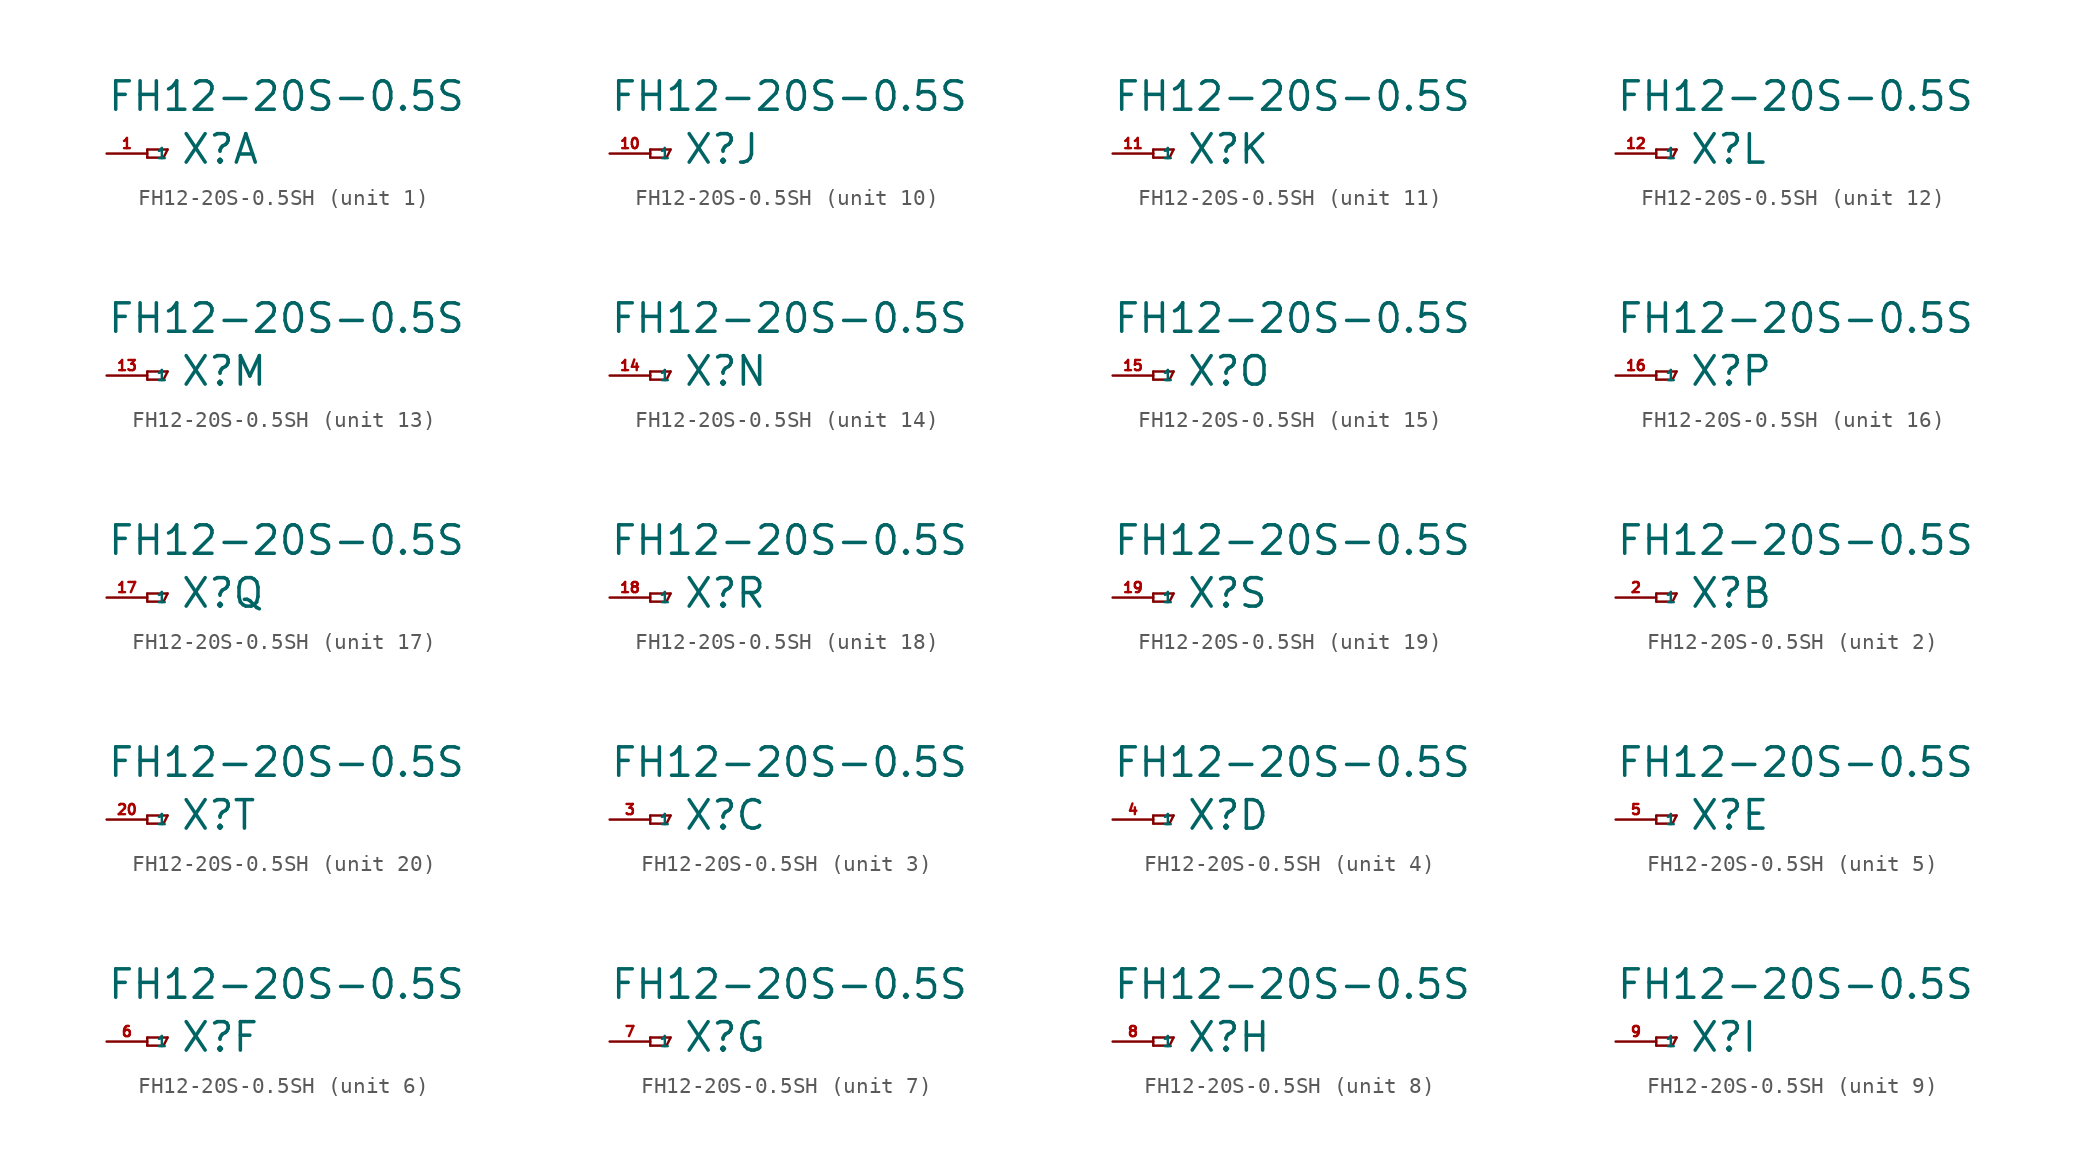
<source format=kicad_sym>
(kicad_symbol_lib
  (version 20220914)
  (generator Eagle2Kicad)
  (symbol "FH12-20S-0.5SH"
    (property "Reference" "X"
      (at 2.032 -0.762 0)
      (effects (font (size 1.778 1.778) (thickness 0.22)) (justify left bottom)))
    (property "Value" "FH12-20S-0.5S"
      (at -2.54 2.54 0)
      (effects (font (size 1.778 1.778) (thickness 0.22)) (justify left bottom)))
    (symbol "FH12-20S-0.5SH_1_0"
      (polyline (pts (xy 0 0.254) (xy 0 -0.254)) (stroke (width 0.152) (type default)) (fill (type none)))
      (polyline (pts (xy 0 -0.254) (xy 1.016 -0.254)) (stroke (width 0.152) (type default)) (fill (type none)))
      (polyline (pts (xy 1.016 -0.254) (xy 1.27 0.254)) (stroke (width 0.152) (type default)) (fill (type none)))
      (polyline (pts (xy 1.27 0.254) (xy 0 0.254)) (stroke (width 0.152) (type default)) (fill (type none)))
      (pin passive line (at -2.54 0 0) (length 2.54) (name "1" (effects (font (size 0.635 0.635) (thickness 0.08)) (justify left bottom))) (number "1" (effects (font (size 0.635 0.635) (thickness 0.08)) (justify left bottom)))))
    (symbol "FH12-20S-0.5SH_2_0"
      (polyline (pts (xy 0 0.254) (xy 0 -0.254)) (stroke (width 0.152) (type default)) (fill (type none)))
      (polyline (pts (xy 0 -0.254) (xy 1.016 -0.254)) (stroke (width 0.152) (type default)) (fill (type none)))
      (polyline (pts (xy 1.016 -0.254) (xy 1.27 0.254)) (stroke (width 0.152) (type default)) (fill (type none)))
      (polyline (pts (xy 1.27 0.254) (xy 0 0.254)) (stroke (width 0.152) (type default)) (fill (type none)))
      (pin passive line (at -2.54 0 0) (length 2.54) (name "1" (effects (font (size 0.635 0.635) (thickness 0.08)) (justify left bottom))) (number "2" (effects (font (size 0.635 0.635) (thickness 0.08)) (justify left bottom)))))
    (symbol "FH12-20S-0.5SH_3_0"
      (polyline (pts (xy 0 0.254) (xy 0 -0.254)) (stroke (width 0.152) (type default)) (fill (type none)))
      (polyline (pts (xy 0 -0.254) (xy 1.016 -0.254)) (stroke (width 0.152) (type default)) (fill (type none)))
      (polyline (pts (xy 1.016 -0.254) (xy 1.27 0.254)) (stroke (width 0.152) (type default)) (fill (type none)))
      (polyline (pts (xy 1.27 0.254) (xy 0 0.254)) (stroke (width 0.152) (type default)) (fill (type none)))
      (pin passive line (at -2.54 0 0) (length 2.54) (name "1" (effects (font (size 0.635 0.635) (thickness 0.08)) (justify left bottom))) (number "3" (effects (font (size 0.635 0.635) (thickness 0.08)) (justify left bottom)))))
    (symbol "FH12-20S-0.5SH_4_0"
      (polyline (pts (xy 0 0.254) (xy 0 -0.254)) (stroke (width 0.152) (type default)) (fill (type none)))
      (polyline (pts (xy 0 -0.254) (xy 1.016 -0.254)) (stroke (width 0.152) (type default)) (fill (type none)))
      (polyline (pts (xy 1.016 -0.254) (xy 1.27 0.254)) (stroke (width 0.152) (type default)) (fill (type none)))
      (polyline (pts (xy 1.27 0.254) (xy 0 0.254)) (stroke (width 0.152) (type default)) (fill (type none)))
      (pin passive line (at -2.54 0 0) (length 2.54) (name "1" (effects (font (size 0.635 0.635) (thickness 0.08)) (justify left bottom))) (number "4" (effects (font (size 0.635 0.635) (thickness 0.08)) (justify left bottom)))))
    (symbol "FH12-20S-0.5SH_5_0"
      (polyline (pts (xy 0 0.254) (xy 0 -0.254)) (stroke (width 0.152) (type default)) (fill (type none)))
      (polyline (pts (xy 0 -0.254) (xy 1.016 -0.254)) (stroke (width 0.152) (type default)) (fill (type none)))
      (polyline (pts (xy 1.016 -0.254) (xy 1.27 0.254)) (stroke (width 0.152) (type default)) (fill (type none)))
      (polyline (pts (xy 1.27 0.254) (xy 0 0.254)) (stroke (width 0.152) (type default)) (fill (type none)))
      (pin passive line (at -2.54 0 0) (length 2.54) (name "1" (effects (font (size 0.635 0.635) (thickness 0.08)) (justify left bottom))) (number "5" (effects (font (size 0.635 0.635) (thickness 0.08)) (justify left bottom)))))
    (symbol "FH12-20S-0.5SH_6_0"
      (polyline (pts (xy 0 0.254) (xy 0 -0.254)) (stroke (width 0.152) (type default)) (fill (type none)))
      (polyline (pts (xy 0 -0.254) (xy 1.016 -0.254)) (stroke (width 0.152) (type default)) (fill (type none)))
      (polyline (pts (xy 1.016 -0.254) (xy 1.27 0.254)) (stroke (width 0.152) (type default)) (fill (type none)))
      (polyline (pts (xy 1.27 0.254) (xy 0 0.254)) (stroke (width 0.152) (type default)) (fill (type none)))
      (pin passive line (at -2.54 0 0) (length 2.54) (name "1" (effects (font (size 0.635 0.635) (thickness 0.08)) (justify left bottom))) (number "6" (effects (font (size 0.635 0.635) (thickness 0.08)) (justify left bottom)))))
    (symbol "FH12-20S-0.5SH_7_0"
      (polyline (pts (xy 0 0.254) (xy 0 -0.254)) (stroke (width 0.152) (type default)) (fill (type none)))
      (polyline (pts (xy 0 -0.254) (xy 1.016 -0.254)) (stroke (width 0.152) (type default)) (fill (type none)))
      (polyline (pts (xy 1.016 -0.254) (xy 1.27 0.254)) (stroke (width 0.152) (type default)) (fill (type none)))
      (polyline (pts (xy 1.27 0.254) (xy 0 0.254)) (stroke (width 0.152) (type default)) (fill (type none)))
      (pin passive line (at -2.54 0 0) (length 2.54) (name "1" (effects (font (size 0.635 0.635) (thickness 0.08)) (justify left bottom))) (number "7" (effects (font (size 0.635 0.635) (thickness 0.08)) (justify left bottom)))))
    (symbol "FH12-20S-0.5SH_8_0"
      (polyline (pts (xy 0 0.254) (xy 0 -0.254)) (stroke (width 0.152) (type default)) (fill (type none)))
      (polyline (pts (xy 0 -0.254) (xy 1.016 -0.254)) (stroke (width 0.152) (type default)) (fill (type none)))
      (polyline (pts (xy 1.016 -0.254) (xy 1.27 0.254)) (stroke (width 0.152) (type default)) (fill (type none)))
      (polyline (pts (xy 1.27 0.254) (xy 0 0.254)) (stroke (width 0.152) (type default)) (fill (type none)))
      (pin passive line (at -2.54 0 0) (length 2.54) (name "1" (effects (font (size 0.635 0.635) (thickness 0.08)) (justify left bottom))) (number "8" (effects (font (size 0.635 0.635) (thickness 0.08)) (justify left bottom)))))
    (symbol "FH12-20S-0.5SH_9_0"
      (polyline (pts (xy 0 0.254) (xy 0 -0.254)) (stroke (width 0.152) (type default)) (fill (type none)))
      (polyline (pts (xy 0 -0.254) (xy 1.016 -0.254)) (stroke (width 0.152) (type default)) (fill (type none)))
      (polyline (pts (xy 1.016 -0.254) (xy 1.27 0.254)) (stroke (width 0.152) (type default)) (fill (type none)))
      (polyline (pts (xy 1.27 0.254) (xy 0 0.254)) (stroke (width 0.152) (type default)) (fill (type none)))
      (pin passive line (at -2.54 0 0) (length 2.54) (name "1" (effects (font (size 0.635 0.635) (thickness 0.08)) (justify left bottom))) (number "9" (effects (font (size 0.635 0.635) (thickness 0.08)) (justify left bottom)))))
    (symbol "FH12-20S-0.5SH_10_0"
      (polyline (pts (xy 0 0.254) (xy 0 -0.254)) (stroke (width 0.152) (type default)) (fill (type none)))
      (polyline (pts (xy 0 -0.254) (xy 1.016 -0.254)) (stroke (width 0.152) (type default)) (fill (type none)))
      (polyline (pts (xy 1.016 -0.254) (xy 1.27 0.254)) (stroke (width 0.152) (type default)) (fill (type none)))
      (polyline (pts (xy 1.27 0.254) (xy 0 0.254)) (stroke (width 0.152) (type default)) (fill (type none)))
      (pin passive line (at -2.54 0 0) (length 2.54) (name "1" (effects (font (size 0.635 0.635) (thickness 0.08)) (justify left bottom))) (number "10" (effects (font (size 0.635 0.635) (thickness 0.08)) (justify left bottom)))))
    (symbol "FH12-20S-0.5SH_11_0"
      (polyline (pts (xy 0 0.254) (xy 0 -0.254)) (stroke (width 0.152) (type default)) (fill (type none)))
      (polyline (pts (xy 0 -0.254) (xy 1.016 -0.254)) (stroke (width 0.152) (type default)) (fill (type none)))
      (polyline (pts (xy 1.016 -0.254) (xy 1.27 0.254)) (stroke (width 0.152) (type default)) (fill (type none)))
      (polyline (pts (xy 1.27 0.254) (xy 0 0.254)) (stroke (width 0.152) (type default)) (fill (type none)))
      (pin passive line (at -2.54 0 0) (length 2.54) (name "1" (effects (font (size 0.635 0.635) (thickness 0.08)) (justify left bottom))) (number "11" (effects (font (size 0.635 0.635) (thickness 0.08)) (justify left bottom)))))
    (symbol "FH12-20S-0.5SH_12_0"
      (polyline (pts (xy 0 0.254) (xy 0 -0.254)) (stroke (width 0.152) (type default)) (fill (type none)))
      (polyline (pts (xy 0 -0.254) (xy 1.016 -0.254)) (stroke (width 0.152) (type default)) (fill (type none)))
      (polyline (pts (xy 1.016 -0.254) (xy 1.27 0.254)) (stroke (width 0.152) (type default)) (fill (type none)))
      (polyline (pts (xy 1.27 0.254) (xy 0 0.254)) (stroke (width 0.152) (type default)) (fill (type none)))
      (pin passive line (at -2.54 0 0) (length 2.54) (name "1" (effects (font (size 0.635 0.635) (thickness 0.08)) (justify left bottom))) (number "12" (effects (font (size 0.635 0.635) (thickness 0.08)) (justify left bottom)))))
    (symbol "FH12-20S-0.5SH_13_0"
      (polyline (pts (xy 0 0.254) (xy 0 -0.254)) (stroke (width 0.152) (type default)) (fill (type none)))
      (polyline (pts (xy 0 -0.254) (xy 1.016 -0.254)) (stroke (width 0.152) (type default)) (fill (type none)))
      (polyline (pts (xy 1.016 -0.254) (xy 1.27 0.254)) (stroke (width 0.152) (type default)) (fill (type none)))
      (polyline (pts (xy 1.27 0.254) (xy 0 0.254)) (stroke (width 0.152) (type default)) (fill (type none)))
      (pin passive line (at -2.54 0 0) (length 2.54) (name "1" (effects (font (size 0.635 0.635) (thickness 0.08)) (justify left bottom))) (number "13" (effects (font (size 0.635 0.635) (thickness 0.08)) (justify left bottom)))))
    (symbol "FH12-20S-0.5SH_14_0"
      (polyline (pts (xy 0 0.254) (xy 0 -0.254)) (stroke (width 0.152) (type default)) (fill (type none)))
      (polyline (pts (xy 0 -0.254) (xy 1.016 -0.254)) (stroke (width 0.152) (type default)) (fill (type none)))
      (polyline (pts (xy 1.016 -0.254) (xy 1.27 0.254)) (stroke (width 0.152) (type default)) (fill (type none)))
      (polyline (pts (xy 1.27 0.254) (xy 0 0.254)) (stroke (width 0.152) (type default)) (fill (type none)))
      (pin passive line (at -2.54 0 0) (length 2.54) (name "1" (effects (font (size 0.635 0.635) (thickness 0.08)) (justify left bottom))) (number "14" (effects (font (size 0.635 0.635) (thickness 0.08)) (justify left bottom)))))
    (symbol "FH12-20S-0.5SH_15_0"
      (polyline (pts (xy 0 0.254) (xy 0 -0.254)) (stroke (width 0.152) (type default)) (fill (type none)))
      (polyline (pts (xy 0 -0.254) (xy 1.016 -0.254)) (stroke (width 0.152) (type default)) (fill (type none)))
      (polyline (pts (xy 1.016 -0.254) (xy 1.27 0.254)) (stroke (width 0.152) (type default)) (fill (type none)))
      (polyline (pts (xy 1.27 0.254) (xy 0 0.254)) (stroke (width 0.152) (type default)) (fill (type none)))
      (pin passive line (at -2.54 0 0) (length 2.54) (name "1" (effects (font (size 0.635 0.635) (thickness 0.08)) (justify left bottom))) (number "15" (effects (font (size 0.635 0.635) (thickness 0.08)) (justify left bottom)))))
    (symbol "FH12-20S-0.5SH_16_0"
      (polyline (pts (xy 0 0.254) (xy 0 -0.254)) (stroke (width 0.152) (type default)) (fill (type none)))
      (polyline (pts (xy 0 -0.254) (xy 1.016 -0.254)) (stroke (width 0.152) (type default)) (fill (type none)))
      (polyline (pts (xy 1.016 -0.254) (xy 1.27 0.254)) (stroke (width 0.152) (type default)) (fill (type none)))
      (polyline (pts (xy 1.27 0.254) (xy 0 0.254)) (stroke (width 0.152) (type default)) (fill (type none)))
      (pin passive line (at -2.54 0 0) (length 2.54) (name "1" (effects (font (size 0.635 0.635) (thickness 0.08)) (justify left bottom))) (number "16" (effects (font (size 0.635 0.635) (thickness 0.08)) (justify left bottom)))))
    (symbol "FH12-20S-0.5SH_17_0"
      (polyline (pts (xy 0 0.254) (xy 0 -0.254)) (stroke (width 0.152) (type default)) (fill (type none)))
      (polyline (pts (xy 0 -0.254) (xy 1.016 -0.254)) (stroke (width 0.152) (type default)) (fill (type none)))
      (polyline (pts (xy 1.016 -0.254) (xy 1.27 0.254)) (stroke (width 0.152) (type default)) (fill (type none)))
      (polyline (pts (xy 1.27 0.254) (xy 0 0.254)) (stroke (width 0.152) (type default)) (fill (type none)))
      (pin passive line (at -2.54 0 0) (length 2.54) (name "1" (effects (font (size 0.635 0.635) (thickness 0.08)) (justify left bottom))) (number "17" (effects (font (size 0.635 0.635) (thickness 0.08)) (justify left bottom)))))
    (symbol "FH12-20S-0.5SH_18_0"
      (polyline (pts (xy 0 0.254) (xy 0 -0.254)) (stroke (width 0.152) (type default)) (fill (type none)))
      (polyline (pts (xy 0 -0.254) (xy 1.016 -0.254)) (stroke (width 0.152) (type default)) (fill (type none)))
      (polyline (pts (xy 1.016 -0.254) (xy 1.27 0.254)) (stroke (width 0.152) (type default)) (fill (type none)))
      (polyline (pts (xy 1.27 0.254) (xy 0 0.254)) (stroke (width 0.152) (type default)) (fill (type none)))
      (pin passive line (at -2.54 0 0) (length 2.54) (name "1" (effects (font (size 0.635 0.635) (thickness 0.08)) (justify left bottom))) (number "18" (effects (font (size 0.635 0.635) (thickness 0.08)) (justify left bottom)))))
    (symbol "FH12-20S-0.5SH_19_0"
      (polyline (pts (xy 0 0.254) (xy 0 -0.254)) (stroke (width 0.152) (type default)) (fill (type none)))
      (polyline (pts (xy 0 -0.254) (xy 1.016 -0.254)) (stroke (width 0.152) (type default)) (fill (type none)))
      (polyline (pts (xy 1.016 -0.254) (xy 1.27 0.254)) (stroke (width 0.152) (type default)) (fill (type none)))
      (polyline (pts (xy 1.27 0.254) (xy 0 0.254)) (stroke (width 0.152) (type default)) (fill (type none)))
      (pin passive line (at -2.54 0 0) (length 2.54) (name "1" (effects (font (size 0.635 0.635) (thickness 0.08)) (justify left bottom))) (number "19" (effects (font (size 0.635 0.635) (thickness 0.08)) (justify left bottom)))))
    (symbol "FH12-20S-0.5SH_20_0"
      (polyline (pts (xy 0 0.254) (xy 0 -0.254)) (stroke (width 0.152) (type default)) (fill (type none)))
      (polyline (pts (xy 0 -0.254) (xy 1.016 -0.254)) (stroke (width 0.152) (type default)) (fill (type none)))
      (polyline (pts (xy 1.016 -0.254) (xy 1.27 0.254)) (stroke (width 0.152) (type default)) (fill (type none)))
      (polyline (pts (xy 1.27 0.254) (xy 0 0.254)) (stroke (width 0.152) (type default)) (fill (type none)))
      (pin passive line (at -2.54 0 0) (length 2.54) (name "1" (effects (font (size 0.635 0.635) (thickness 0.08)) (justify left bottom))) (number "20" (effects (font (size 0.635 0.635) (thickness 0.08)) (justify left bottom)))))))
</source>
